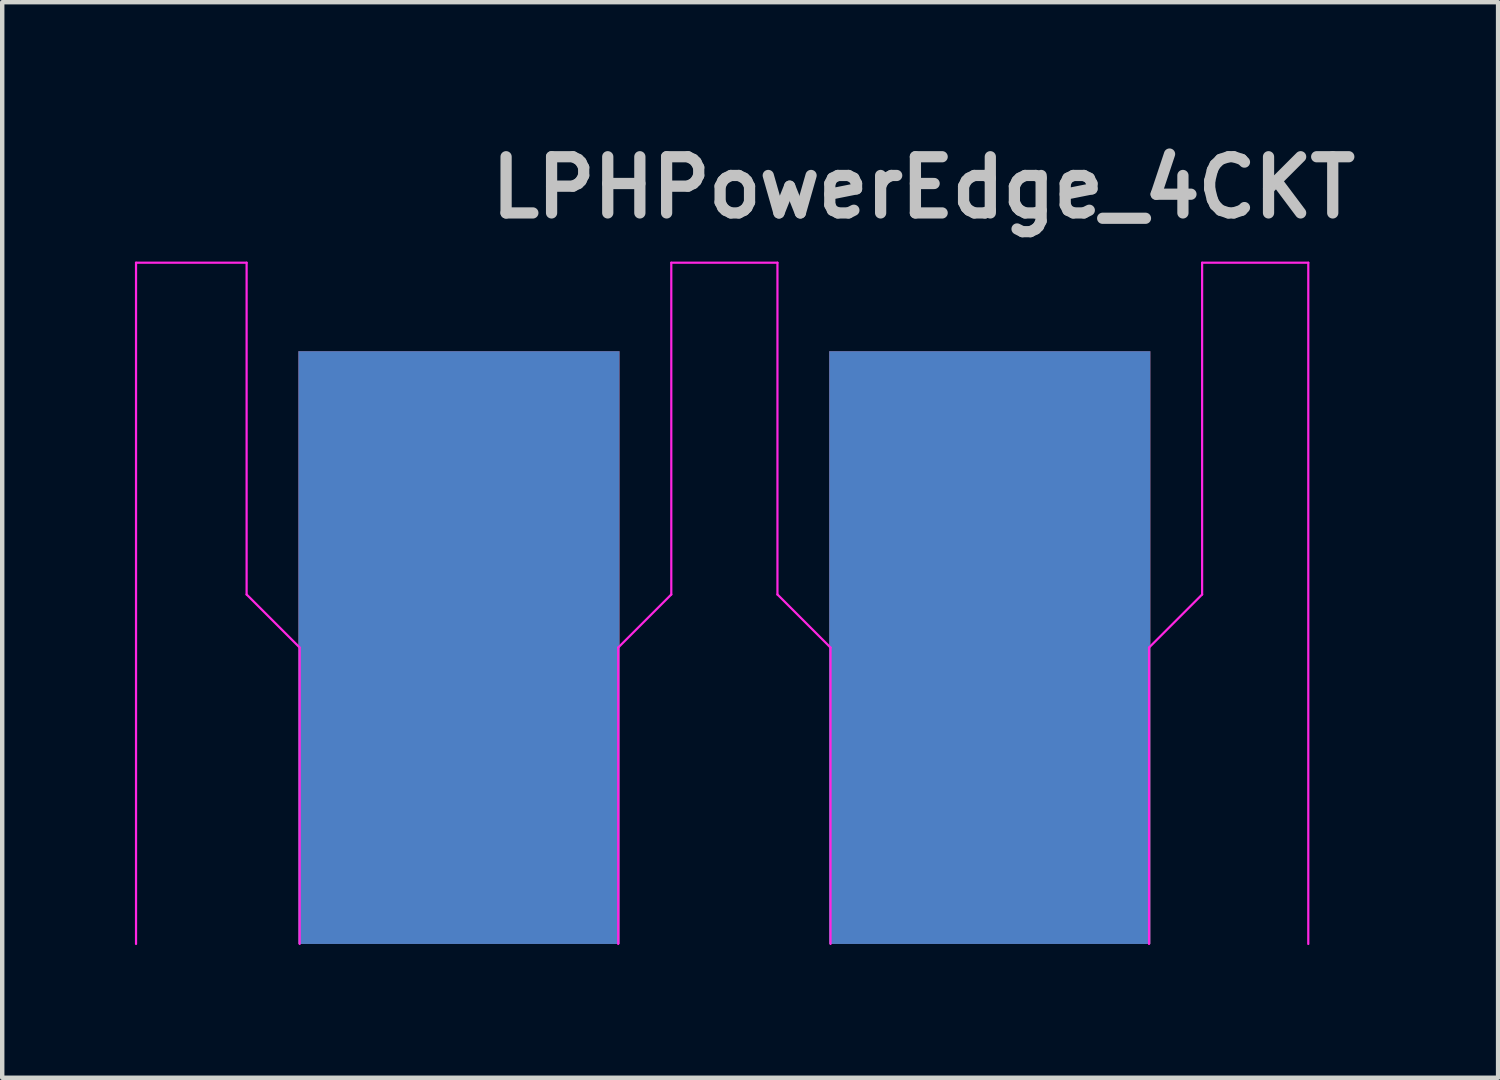
<source format=kicad_pcb>
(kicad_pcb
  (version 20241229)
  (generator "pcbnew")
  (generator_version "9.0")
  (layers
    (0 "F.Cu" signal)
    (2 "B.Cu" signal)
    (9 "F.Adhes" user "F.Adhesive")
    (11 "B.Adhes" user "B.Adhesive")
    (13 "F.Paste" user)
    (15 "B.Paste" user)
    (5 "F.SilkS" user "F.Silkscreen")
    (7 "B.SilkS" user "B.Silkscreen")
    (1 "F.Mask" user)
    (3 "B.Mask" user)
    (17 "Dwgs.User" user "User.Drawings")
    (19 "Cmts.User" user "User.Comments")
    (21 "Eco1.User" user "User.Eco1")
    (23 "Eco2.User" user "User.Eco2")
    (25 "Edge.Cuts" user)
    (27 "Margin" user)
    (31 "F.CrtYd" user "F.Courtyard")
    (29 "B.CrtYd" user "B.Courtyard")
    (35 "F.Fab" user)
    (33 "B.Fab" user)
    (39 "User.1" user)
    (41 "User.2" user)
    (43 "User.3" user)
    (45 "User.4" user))
  (footprint "LPHPowerEdge_4CKT"
    (layer "F.Cu")
    (at 13.325 11.589)
    (property "Reference" "LPHPowerEdge_4CKT" (at 4.5 -10.4 0) (layer "Dwgs.User") (effects (font (size 1.27 1.27) (thickness 0.254))))
    (attr through_hole)
    (fp_line (start -13.3 -8.7) (end -13.3 6.7) (stroke (width 0.05) (type solid)) (layer "F.CrtYd"))
    (fp_line (start -10.8 -8.7) (end -13.3 -8.7) (stroke (width 0.05) (type solid)) (layer "F.CrtYd"))
    (fp_line (start -10.8 -1.2) (end -10.8 -8.7) (stroke (width 0.05) (type solid)) (layer "F.CrtYd"))
    (fp_line (start -9.6 0) (end -10.8 -1.2) (stroke (width 0.05) (type solid)) (layer "F.CrtYd"))
    (fp_line (start -9.6 6.7) (end -9.6 0) (stroke (width 0.05) (type solid)) (layer "F.CrtYd"))
    (fp_line (start -2.4 0) (end -1.2 -1.2) (stroke (width 0.05) (type solid)) (layer "F.CrtYd"))
    (fp_line (start -2.4 6.7) (end -2.4 0) (stroke (width 0.05) (type solid)) (layer "F.CrtYd"))
    (fp_line (start -1.2 -8.7) (end 1.2 -8.7) (stroke (width 0.05) (type solid)) (layer "F.CrtYd"))
    (fp_line (start -1.2 -1.2) (end -1.2 -8.7) (stroke (width 0.05) (type solid)) (layer "F.CrtYd"))
    (fp_line (start 1.2 -1.2) (end 1.2 -8.7) (stroke (width 0.05) (type solid)) (layer "F.CrtYd"))
    (fp_line (start 2.4 0) (end 1.2 -1.2) (stroke (width 0.05) (type solid)) (layer "F.CrtYd"))
    (fp_line (start 2.4 6.7) (end 2.4 0) (stroke (width 0.05) (type solid)) (layer "F.CrtYd"))
    (fp_line (start 9.6 0) (end 10.8 -1.2) (stroke (width 0.05) (type solid)) (layer "F.CrtYd"))
    (fp_line (start 9.6 6.7) (end 9.6 0) (stroke (width 0.05) (type solid)) (layer "F.CrtYd"))
    (fp_line (start 10.8 -8.7) (end 13.2 -8.7) (stroke (width 0.05) (type solid)) (layer "F.CrtYd"))
    (fp_line (start 10.8 -1.2) (end 10.8 -8.7) (stroke (width 0.05) (type solid)) (layer "F.CrtYd"))
    (fp_line (start 13.2 -8.7) (end 13.2 6.7) (stroke (width 0.05) (type solid)) (layer "F.CrtYd"))
    (pad "1" smd rect (at -6 0) (size 7.26 13.4) (layers "F.Cu" "F.Mask" "F.Paste"))
    (pad "2" smd rect (at -6 0) (size 7.26 13.4) (layers "B.Cu" "B.Mask"))
    (pad "3" smd rect (at 6 0) (size 7.26 13.4) (layers "F.Cu" "F.Mask" "F.Paste"))
    (pad "4" smd rect (at 6 0) (size 7.26 13.4) (layers "B.Cu" "B.Mask")))
  (gr_rect
    (start -3 -3)
    (end 30.816 21.314)
    (stroke (width 0.1) (type default))
    (fill no)
    (layer "Edge.Cuts")))
</source>
